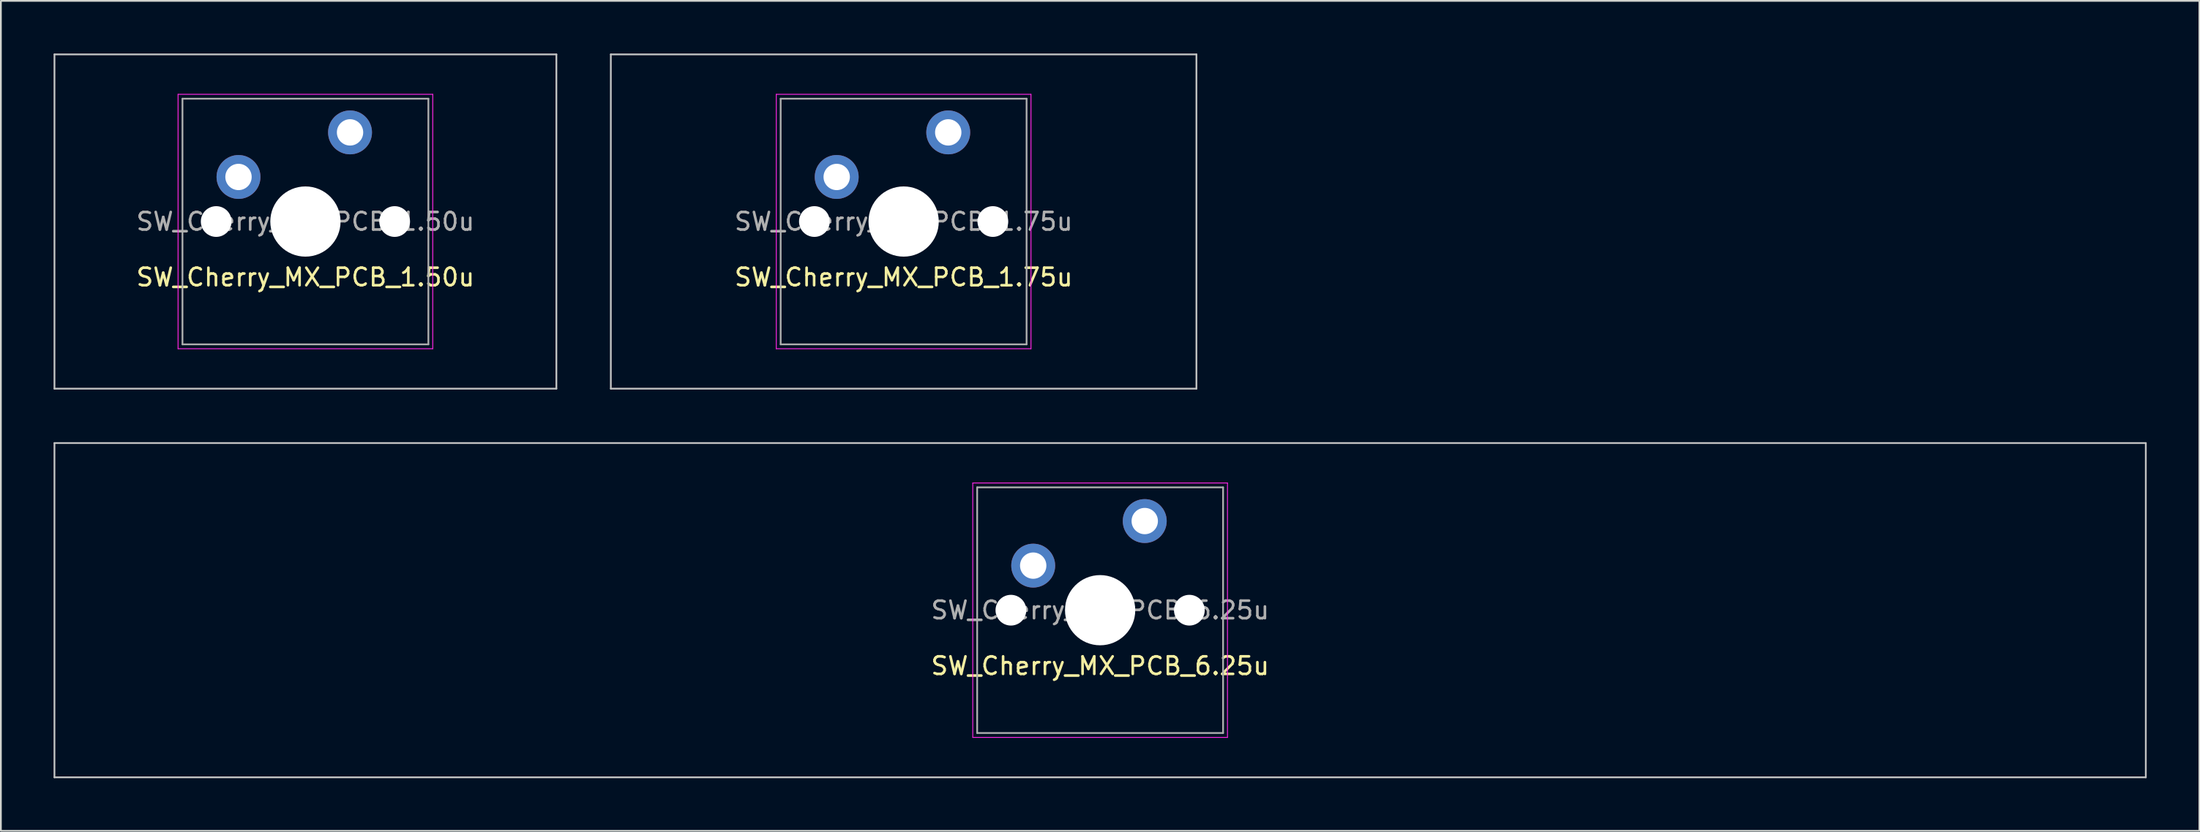
<source format=kicad_pcb>
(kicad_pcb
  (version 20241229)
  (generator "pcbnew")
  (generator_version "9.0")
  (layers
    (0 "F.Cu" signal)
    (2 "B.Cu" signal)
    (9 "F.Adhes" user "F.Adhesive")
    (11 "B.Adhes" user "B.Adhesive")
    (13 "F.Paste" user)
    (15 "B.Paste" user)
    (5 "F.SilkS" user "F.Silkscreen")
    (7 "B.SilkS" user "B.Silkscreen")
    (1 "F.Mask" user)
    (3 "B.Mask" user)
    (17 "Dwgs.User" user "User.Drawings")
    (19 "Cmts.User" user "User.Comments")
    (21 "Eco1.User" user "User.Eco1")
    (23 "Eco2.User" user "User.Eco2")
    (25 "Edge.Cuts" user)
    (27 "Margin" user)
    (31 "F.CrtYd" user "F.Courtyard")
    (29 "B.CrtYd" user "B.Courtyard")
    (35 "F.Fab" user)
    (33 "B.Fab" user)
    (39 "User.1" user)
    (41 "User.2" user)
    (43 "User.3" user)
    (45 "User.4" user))
  (footprint "SW_Cherry_MX_PCB_1.50u"
    (layer "F.Cu")
    (at 14.338 9.575)
    (property "Reference" "SW_Cherry_MX_PCB_1.50u" (at 0 3.175 0) (layer "F.SilkS") (effects (font (size 1 1) (thickness 0.15))))
    (attr through_hole)
    (fp_line (start -14.287 -9.525) (end -14.287 9.525) (stroke (width 0.1) (type solid)) (layer "Dwgs.User"))
    (fp_line (start -14.287 9.525) (end 14.287 9.525) (stroke (width 0.1) (type solid)) (layer "Dwgs.User"))
    (fp_line (start 14.287 -9.525) (end -14.287 -9.525) (stroke (width 0.1) (type solid)) (layer "Dwgs.User"))
    (fp_line (start 14.287 9.525) (end 14.287 -9.525) (stroke (width 0.1) (type solid)) (layer "Dwgs.User"))
    (fp_line (start -7 -7) (end -7 7) (stroke (width 0.1) (type solid)) (layer "Eco1.User"))
    (fp_line (start -7 7) (end 7 7) (stroke (width 0.1) (type solid)) (layer "Eco1.User"))
    (fp_line (start 7 -7) (end -7 -7) (stroke (width 0.1) (type solid)) (layer "Eco1.User"))
    (fp_line (start 7 7) (end 7 -7) (stroke (width 0.1) (type solid)) (layer "Eco1.User"))
    (fp_line (start -7.25 -7.25) (end -7.25 7.25) (stroke (width 0.05) (type solid)) (layer "F.CrtYd"))
    (fp_line (start -7.25 7.25) (end 7.25 7.25) (stroke (width 0.05) (type solid)) (layer "F.CrtYd"))
    (fp_line (start 7.25 -7.25) (end -7.25 -7.25) (stroke (width 0.05) (type solid)) (layer "F.CrtYd"))
    (fp_line (start 7.25 7.25) (end 7.25 -7.25) (stroke (width 0.05) (type solid)) (layer "F.CrtYd"))
    (fp_line (start -7 -7) (end -7 7) (stroke (width 0.1) (type solid)) (layer "F.Fab"))
    (fp_line (start -7 7) (end 7 7) (stroke (width 0.1) (type solid)) (layer "F.Fab"))
    (fp_line (start 7 -7) (end -7 -7) (stroke (width 0.1) (type solid)) (layer "F.Fab"))
    (fp_line (start 7 7) (end 7 -7) (stroke (width 0.1) (type solid)) (layer "F.Fab"))
    (fp_text user "${REFERENCE}" (at 0 0 0) (layer "F.Fab") (effects (font (size 1 1) (thickness 0.15))))
    (pad "" np_thru_hole circle (at -5.08 0) (size 1.75 1.75) (drill 1.75) (layers "*.Cu" "*.Mask"))
    (pad "" smd circle (at -3.81 -2.54) (size 1.55 1.55) (layers "F.Mask"))
    (pad "" np_thru_hole circle (at 0 0) (size 4 4) (drill 4) (layers "*.Cu" "*.Mask"))
    (pad "" smd circle (at 2.54 -5.08) (size 1.55 1.55) (layers "F.Mask"))
    (pad "" np_thru_hole circle (at 5.08 0) (size 1.75 1.75) (drill 1.75) (layers "*.Cu" "*.Mask"))
    (pad "1" thru_hole circle (at -3.81 -2.54) (size 2.5 2.5) (drill 1.5) (layers "*.Cu" "B.Mask"))
    (pad "2" thru_hole circle (at 2.54 -5.08) (size 2.5 2.5) (drill 1.5) (layers "*.Cu" "B.Mask")))
  (footprint "SW_Cherry_MX_PCB_6.25u"
    (layer "F.Cu")
    (at 59.581 31.725)
    (property "Reference" "SW_Cherry_MX_PCB_6.25u" (at 0 3.175 0) (layer "F.SilkS") (effects (font (size 1 1) (thickness 0.15))))
    (attr through_hole)
    (fp_line (start -59.531 -9.525) (end -59.531 9.525) (stroke (width 0.1) (type solid)) (layer "Dwgs.User"))
    (fp_line (start -59.531 9.525) (end 59.531 9.525) (stroke (width 0.1) (type solid)) (layer "Dwgs.User"))
    (fp_line (start 59.531 -9.525) (end -59.531 -9.525) (stroke (width 0.1) (type solid)) (layer "Dwgs.User"))
    (fp_line (start 59.531 9.525) (end 59.531 -9.525) (stroke (width 0.1) (type solid)) (layer "Dwgs.User"))
    (fp_line (start -7 -7) (end -7 7) (stroke (width 0.1) (type solid)) (layer "Eco1.User"))
    (fp_line (start -7 7) (end 7 7) (stroke (width 0.1) (type solid)) (layer "Eco1.User"))
    (fp_line (start 7 -7) (end -7 -7) (stroke (width 0.1) (type solid)) (layer "Eco1.User"))
    (fp_line (start 7 7) (end 7 -7) (stroke (width 0.1) (type solid)) (layer "Eco1.User"))
    (fp_line (start -7.25 -7.25) (end -7.25 7.25) (stroke (width 0.05) (type solid)) (layer "F.CrtYd"))
    (fp_line (start -7.25 7.25) (end 7.25 7.25) (stroke (width 0.05) (type solid)) (layer "F.CrtYd"))
    (fp_line (start 7.25 -7.25) (end -7.25 -7.25) (stroke (width 0.05) (type solid)) (layer "F.CrtYd"))
    (fp_line (start 7.25 7.25) (end 7.25 -7.25) (stroke (width 0.05) (type solid)) (layer "F.CrtYd"))
    (fp_line (start -7 -7) (end -7 7) (stroke (width 0.1) (type solid)) (layer "F.Fab"))
    (fp_line (start -7 7) (end 7 7) (stroke (width 0.1) (type solid)) (layer "F.Fab"))
    (fp_line (start 7 -7) (end -7 -7) (stroke (width 0.1) (type solid)) (layer "F.Fab"))
    (fp_line (start 7 7) (end 7 -7) (stroke (width 0.1) (type solid)) (layer "F.Fab"))
    (fp_text user "${REFERENCE}" (at 0 0 0) (layer "F.Fab") (effects (font (size 1 1) (thickness 0.15))))
    (pad "" np_thru_hole circle (at -5.08 0) (size 1.75 1.75) (drill 1.75) (layers "*.Cu" "*.Mask"))
    (pad "" smd circle (at -3.81 -2.54) (size 1.55 1.55) (layers "F.Mask"))
    (pad "" np_thru_hole circle (at 0 0) (size 4 4) (drill 4) (layers "*.Cu" "*.Mask"))
    (pad "" smd circle (at 2.54 -5.08) (size 1.55 1.55) (layers "F.Mask"))
    (pad "" np_thru_hole circle (at 5.08 0) (size 1.75 1.75) (drill 1.75) (layers "*.Cu" "*.Mask"))
    (pad "1" thru_hole circle (at -3.81 -2.54) (size 2.5 2.5) (drill 1.5) (layers "*.Cu" "B.Mask"))
    (pad "2" thru_hole circle (at 2.54 -5.08) (size 2.5 2.5) (drill 1.5) (layers "*.Cu" "B.Mask")))
  (footprint "SW_Cherry_MX_PCB_1.75u"
    (layer "F.Cu")
    (at 48.394 9.575)
    (property "Reference" "SW_Cherry_MX_PCB_1.75u" (at 0 3.175 0) (layer "F.SilkS") (effects (font (size 1 1) (thickness 0.15))))
    (attr through_hole)
    (fp_line (start -16.669 -9.525) (end -16.669 9.525) (stroke (width 0.1) (type solid)) (layer "Dwgs.User"))
    (fp_line (start -16.669 9.525) (end 16.669 9.525) (stroke (width 0.1) (type solid)) (layer "Dwgs.User"))
    (fp_line (start 16.669 -9.525) (end -16.669 -9.525) (stroke (width 0.1) (type solid)) (layer "Dwgs.User"))
    (fp_line (start 16.669 9.525) (end 16.669 -9.525) (stroke (width 0.1) (type solid)) (layer "Dwgs.User"))
    (fp_line (start -7 -7) (end -7 7) (stroke (width 0.1) (type solid)) (layer "Eco1.User"))
    (fp_line (start -7 7) (end 7 7) (stroke (width 0.1) (type solid)) (layer "Eco1.User"))
    (fp_line (start 7 -7) (end -7 -7) (stroke (width 0.1) (type solid)) (layer "Eco1.User"))
    (fp_line (start 7 7) (end 7 -7) (stroke (width 0.1) (type solid)) (layer "Eco1.User"))
    (fp_line (start -7.25 -7.25) (end -7.25 7.25) (stroke (width 0.05) (type solid)) (layer "F.CrtYd"))
    (fp_line (start -7.25 7.25) (end 7.25 7.25) (stroke (width 0.05) (type solid)) (layer "F.CrtYd"))
    (fp_line (start 7.25 -7.25) (end -7.25 -7.25) (stroke (width 0.05) (type solid)) (layer "F.CrtYd"))
    (fp_line (start 7.25 7.25) (end 7.25 -7.25) (stroke (width 0.05) (type solid)) (layer "F.CrtYd"))
    (fp_line (start -7 -7) (end -7 7) (stroke (width 0.1) (type solid)) (layer "F.Fab"))
    (fp_line (start -7 7) (end 7 7) (stroke (width 0.1) (type solid)) (layer "F.Fab"))
    (fp_line (start 7 -7) (end -7 -7) (stroke (width 0.1) (type solid)) (layer "F.Fab"))
    (fp_line (start 7 7) (end 7 -7) (stroke (width 0.1) (type solid)) (layer "F.Fab"))
    (fp_text user "${REFERENCE}" (at 0 0 0) (layer "F.Fab") (effects (font (size 1 1) (thickness 0.15))))
    (pad "" np_thru_hole circle (at -5.08 0) (size 1.75 1.75) (drill 1.75) (layers "*.Cu" "*.Mask"))
    (pad "" smd circle (at -3.81 -2.54) (size 1.55 1.55) (layers "F.Mask"))
    (pad "" np_thru_hole circle (at 0 0) (size 4 4) (drill 4) (layers "*.Cu" "*.Mask"))
    (pad "" smd circle (at 2.54 -5.08) (size 1.55 1.55) (layers "F.Mask"))
    (pad "" np_thru_hole circle (at 5.08 0) (size 1.75 1.75) (drill 1.75) (layers "*.Cu" "*.Mask"))
    (pad "1" thru_hole circle (at -3.81 -2.54) (size 2.5 2.5) (drill 1.5) (layers "*.Cu" "B.Mask"))
    (pad "2" thru_hole circle (at 2.54 -5.08) (size 2.5 2.5) (drill 1.5) (layers "*.Cu" "B.Mask")))
  (gr_rect
    (start -3 -3)
    (end 122.162 44.3)
    (stroke (width 0.1) (type default))
    (fill no)
    (layer "Edge.Cuts")))
</source>
